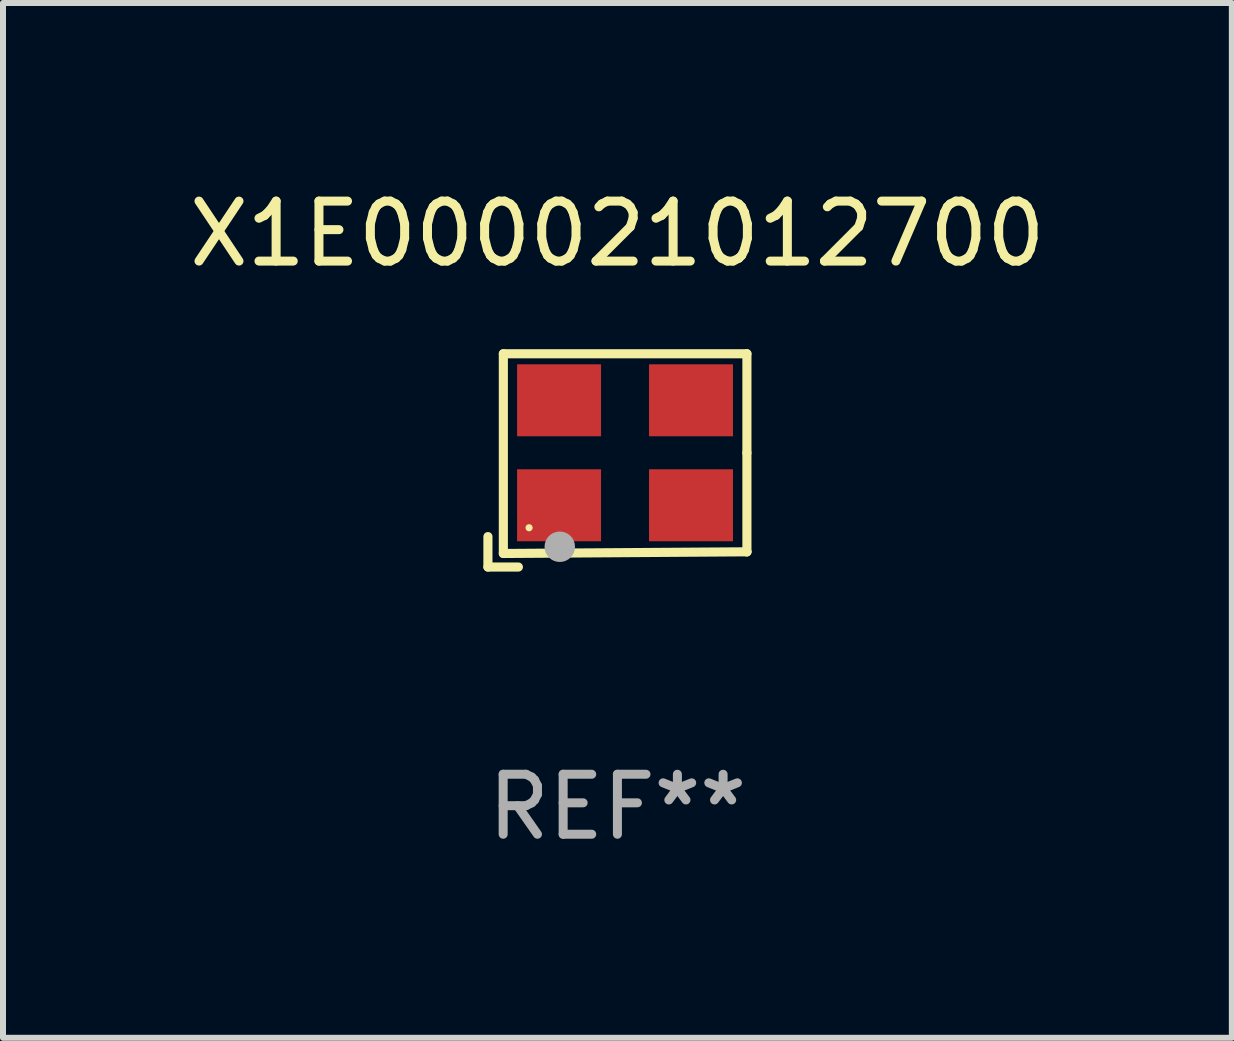
<source format=kicad_pcb>
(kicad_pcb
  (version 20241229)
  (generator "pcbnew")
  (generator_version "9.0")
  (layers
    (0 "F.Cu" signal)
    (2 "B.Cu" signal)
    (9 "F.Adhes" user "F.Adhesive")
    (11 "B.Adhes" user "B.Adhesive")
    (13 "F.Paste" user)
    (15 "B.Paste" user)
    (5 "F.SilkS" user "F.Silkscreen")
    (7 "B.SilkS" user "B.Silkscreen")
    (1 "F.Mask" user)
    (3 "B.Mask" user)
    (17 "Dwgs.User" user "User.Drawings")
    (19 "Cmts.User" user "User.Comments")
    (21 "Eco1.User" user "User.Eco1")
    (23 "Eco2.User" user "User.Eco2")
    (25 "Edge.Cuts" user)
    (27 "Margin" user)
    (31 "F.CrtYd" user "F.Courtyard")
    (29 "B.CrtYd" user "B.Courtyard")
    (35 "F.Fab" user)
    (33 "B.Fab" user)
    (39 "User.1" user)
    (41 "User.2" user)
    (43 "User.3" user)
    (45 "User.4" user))
  (footprint "X1E000021012700"
    (layer "F.Cu")
    (at 7.244 4.626)
    (property "Reference" "X1E000021012700" (at 0 -3.778 0) (layer "F.SilkS") (effects (font (size 1 1) (thickness 0.15))))
    (attr through_hole)
    (fp_line (start -2.159 1.27) (end -2.159 1.778) (stroke (width 0.152) (type solid)) (layer "F.SilkS"))
    (fp_line (start -2.159 1.778) (end -1.651 1.778) (stroke (width 0.152) (type solid)) (layer "F.SilkS"))
    (fp_line (start -1.902 -1.778) (end 2.159 -1.778) (stroke (width 0.152) (type solid)) (layer "F.SilkS"))
    (fp_line (start -1.902 1.552) (end -1.902 -1.778) (stroke (width 0.152) (type solid)) (layer "F.SilkS"))
    (fp_line (start 2.159 -1.778) (end 2.159 -0.127) (stroke (width 0.152) (type solid)) (layer "F.SilkS"))
    (fp_line (start 2.159 -0.127) (end 2.159 1.524) (stroke (width 0.152) (type solid)) (layer "F.SilkS"))
    (fp_line (start 2.159 1.524) (end -1.902 1.552) (stroke (width 0.152) (type solid)) (layer "F.SilkS"))
    (fp_line (start 2.159 1.524) (end 2.159 1.524) (stroke (width 0.152) (type solid)) (layer "F.SilkS"))
    (fp_circle (center -1.473 1.123) (end -1.443 1.123) (stroke (width 0.06) (type solid)) (fill no) (layer "F.SilkS"))
    (fp_circle (center -0.961 1.44) (end -0.834 1.44) (stroke (width 0.254) (type solid)) (fill no) (layer "F.Fab"))
    (fp_text user "REF**" (at 0 5.778 0) (layer "F.Fab") (effects (font (size 1 1) (thickness 0.15))))
    (pad "1" smd rect (at -0.973 0.748) (size 1.4 1.2) (layers "F.Cu" "F.Mask" "F.Paste"))
    (pad "2" smd rect (at 1.227 0.748) (size 1.4 1.2) (layers "F.Cu" "F.Mask" "F.Paste"))
    (pad "3" smd rect (at 1.227 -1.002) (size 1.4 1.2) (layers "F.Cu" "F.Mask" "F.Paste"))
    (pad "4" smd rect (at -0.973 -1.002) (size 1.4 1.2) (layers "F.Cu" "F.Mask" "F.Paste")))
  (gr_rect
    (start -3 -3)
    (end 17.488 14.253)
    (stroke (width 0.1) (type default))
    (fill no)
    (layer "Edge.Cuts")))
</source>
